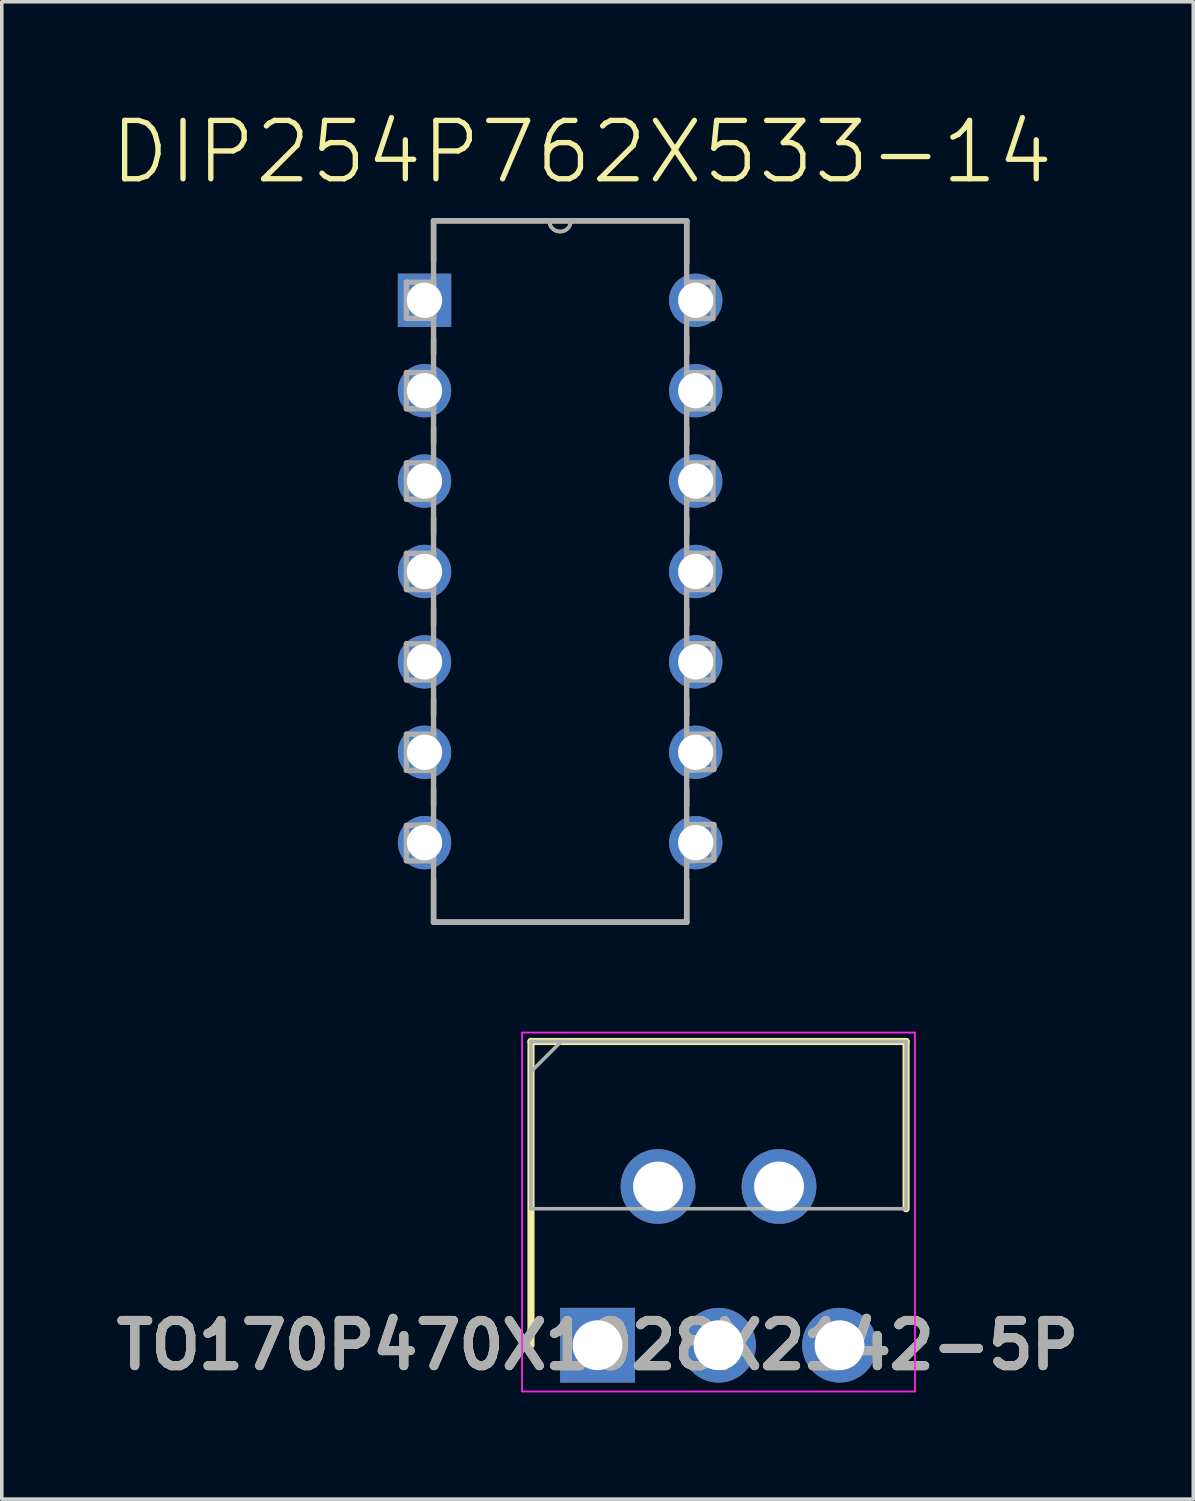
<source format=kicad_pcb>
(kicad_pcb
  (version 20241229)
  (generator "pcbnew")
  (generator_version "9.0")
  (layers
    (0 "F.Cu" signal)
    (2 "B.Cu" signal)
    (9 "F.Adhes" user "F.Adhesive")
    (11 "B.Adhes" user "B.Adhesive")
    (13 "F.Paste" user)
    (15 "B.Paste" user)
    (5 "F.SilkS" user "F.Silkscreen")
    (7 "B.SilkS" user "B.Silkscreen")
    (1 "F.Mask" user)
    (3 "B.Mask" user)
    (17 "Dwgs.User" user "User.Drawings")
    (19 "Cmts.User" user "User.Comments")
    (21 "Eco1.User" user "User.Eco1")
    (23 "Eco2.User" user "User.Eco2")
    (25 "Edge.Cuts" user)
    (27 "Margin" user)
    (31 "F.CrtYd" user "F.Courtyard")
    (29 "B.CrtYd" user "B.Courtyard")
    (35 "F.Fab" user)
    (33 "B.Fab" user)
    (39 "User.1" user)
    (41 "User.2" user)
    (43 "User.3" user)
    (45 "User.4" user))
  (footprint "TO170P470X1028X2142-5P"
    (layer "F.Cu")
    (at 13.74 34.75)
    (property "Reference" "TO170P470X1028X2142-5P" (at 0 0 0) (layer "F.SilkS") (effects (font (size 1.27 1.27) (thickness 0.254))))
    (attr through_hole)
    (fp_line (start -1.87 -8.535) (end -1.87 0) (stroke (width 0.2) (type solid)) (layer "F.SilkS"))
    (fp_line (start 8.67 -8.535) (end -1.87 -8.535) (stroke (width 0.2) (type solid)) (layer "F.SilkS"))
    (fp_line (start 8.67 -3.835) (end 8.67 -8.535) (stroke (width 0.2) (type solid)) (layer "F.SilkS"))
    (fp_line (start -2.12 -8.785) (end 8.92 -8.785) (stroke (width 0.05) (type solid)) (layer "F.CrtYd"))
    (fp_line (start -2.12 1.3) (end -2.12 -8.785) (stroke (width 0.05) (type solid)) (layer "F.CrtYd"))
    (fp_line (start 8.92 -8.785) (end 8.92 1.3) (stroke (width 0.05) (type solid)) (layer "F.CrtYd"))
    (fp_line (start 8.92 1.3) (end -2.12 1.3) (stroke (width 0.05) (type solid)) (layer "F.CrtYd"))
    (fp_line (start -1.87 -8.535) (end 8.67 -8.535) (stroke (width 0.1) (type solid)) (layer "F.Fab"))
    (fp_line (start -1.87 -7.685) (end -1.02 -8.535) (stroke (width 0.1) (type solid)) (layer "F.Fab"))
    (fp_line (start -1.87 -3.835) (end -1.87 -8.535) (stroke (width 0.1) (type solid)) (layer "F.Fab"))
    (fp_line (start 8.67 -8.535) (end 8.67 -3.835) (stroke (width 0.1) (type solid)) (layer "F.Fab"))
    (fp_line (start 8.67 -3.835) (end -1.87 -3.835) (stroke (width 0.1) (type solid)) (layer "F.Fab"))
    (fp_text user "${REFERENCE}" (at 0 0 0) (layer "F.Fab") (effects (font (size 1.27 1.27) (thickness 0.254))))
    (pad "1" thru_hole rect (at 0 0) (size 2.1 2.1) (drill 1.4) (layers "*.Cu" "*.Mask"))
    (pad "2" thru_hole circle (at 1.7 -4.46) (size 2.1 2.1) (drill 1.4) (layers "*.Cu" "*.Mask"))
    (pad "3" thru_hole circle (at 3.4 0) (size 2.1 2.1) (drill 1.4) (layers "*.Cu" "*.Mask"))
    (pad "4" thru_hole circle (at 5.1 -4.46) (size 2.1 2.1) (drill 1.4) (layers "*.Cu" "*.Mask"))
    (pad "5" thru_hole circle (at 6.8 0) (size 2.1 2.1) (drill 1.4) (layers "*.Cu" "*.Mask")))
  (footprint "DIP254P762X533-14"
    (layer "F.Cu")
    (at 16.499 20.628)
    (property "Reference" "DIP254P762X533-14" (at -3.2 -19.406 0) (layer "F.SilkS") (effects (font (size 1.64 1.64) (thickness 0.15))))
    (attr through_hole)
    (fp_line (start -7.366 -17.475) (end -7.366 -16.332) (stroke (width 0.152) (type solid)) (layer "F.SilkS"))
    (fp_line (start -7.366 -14.148) (end -7.366 -13.741) (stroke (width 0.152) (type solid)) (layer "F.SilkS"))
    (fp_line (start -7.366 -11.659) (end -7.366 -11.201) (stroke (width 0.152) (type solid)) (layer "F.SilkS"))
    (fp_line (start -7.366 -9.119) (end -7.366 -8.661) (stroke (width 0.152) (type solid)) (layer "F.SilkS"))
    (fp_line (start -7.366 -6.579) (end -7.366 -6.121) (stroke (width 0.152) (type solid)) (layer "F.SilkS"))
    (fp_line (start -7.366 -4.039) (end -7.366 -3.581) (stroke (width 0.152) (type solid)) (layer "F.SilkS"))
    (fp_line (start -7.366 -1.499) (end -7.366 -1.041) (stroke (width 0.152) (type solid)) (layer "F.SilkS"))
    (fp_line (start -7.366 1.041) (end -7.366 2.235) (stroke (width 0.152) (type solid)) (layer "F.SilkS"))
    (fp_line (start -7.366 2.235) (end -0.254 2.235) (stroke (width 0.152) (type solid)) (layer "F.SilkS"))
    (fp_line (start -4.115 -17.475) (end -7.366 -17.475) (stroke (width 0.152) (type solid)) (layer "F.SilkS"))
    (fp_line (start -3.505 -17.475) (end -4.115 -17.475) (stroke (width 0.152) (type solid)) (layer "F.SilkS"))
    (fp_line (start -0.254 -17.475) (end -3.505 -17.475) (stroke (width 0.152) (type solid)) (layer "F.SilkS"))
    (fp_line (start -0.254 -16.281) (end -0.254 -17.475) (stroke (width 0.152) (type solid)) (layer "F.SilkS"))
    (fp_line (start -0.254 -13.741) (end -0.254 -14.199) (stroke (width 0.152) (type solid)) (layer "F.SilkS"))
    (fp_line (start -0.254 -11.201) (end -0.254 -11.659) (stroke (width 0.152) (type solid)) (layer "F.SilkS"))
    (fp_line (start -0.254 -8.661) (end -0.254 -9.119) (stroke (width 0.152) (type solid)) (layer "F.SilkS"))
    (fp_line (start -0.254 -6.121) (end -0.254 -6.579) (stroke (width 0.152) (type solid)) (layer "F.SilkS"))
    (fp_line (start -0.254 -3.581) (end -0.254 -4.039) (stroke (width 0.152) (type solid)) (layer "F.SilkS"))
    (fp_line (start -0.254 -1.041) (end -0.254 -1.499) (stroke (width 0.152) (type solid)) (layer "F.SilkS"))
    (fp_line (start -0.254 2.235) (end -0.254 1.041) (stroke (width 0.152) (type solid)) (layer "F.SilkS"))
    (fp_arc (start -3.5052 -17.4752) (mid -3.81 -17.1704) (end -4.1148 -17.4752) (stroke (width 0.1) (type solid)) (layer "F.SilkS"))
    (fp_line (start -8.128 -15.748) (end -8.128 -14.732) (stroke (width 0.152) (type solid)) (layer "F.Fab"))
    (fp_line (start -8.128 -14.732) (end -7.366 -14.732) (stroke (width 0.152) (type solid)) (layer "F.Fab"))
    (fp_line (start -8.128 -13.208) (end -8.128 -12.192) (stroke (width 0.152) (type solid)) (layer "F.Fab"))
    (fp_line (start -8.128 -12.192) (end -7.366 -12.192) (stroke (width 0.152) (type solid)) (layer "F.Fab"))
    (fp_line (start -8.128 -10.668) (end -8.128 -9.652) (stroke (width 0.152) (type solid)) (layer "F.Fab"))
    (fp_line (start -8.128 -9.652) (end -7.366 -9.652) (stroke (width 0.152) (type solid)) (layer "F.Fab"))
    (fp_line (start -8.128 -8.128) (end -8.128 -7.112) (stroke (width 0.152) (type solid)) (layer "F.Fab"))
    (fp_line (start -8.128 -7.112) (end -7.366 -7.112) (stroke (width 0.152) (type solid)) (layer "F.Fab"))
    (fp_line (start -8.128 -5.588) (end -8.128 -4.572) (stroke (width 0.152) (type solid)) (layer "F.Fab"))
    (fp_line (start -8.128 -4.572) (end -7.366 -4.572) (stroke (width 0.152) (type solid)) (layer "F.Fab"))
    (fp_line (start -8.128 -3.048) (end -8.128 -2.032) (stroke (width 0.152) (type solid)) (layer "F.Fab"))
    (fp_line (start -8.128 -2.032) (end -7.366 -2.032) (stroke (width 0.152) (type solid)) (layer "F.Fab"))
    (fp_line (start -8.128 -0.483) (end -8.128 0.508) (stroke (width 0.152) (type solid)) (layer "F.Fab"))
    (fp_line (start -8.128 0.508) (end -7.366 0.508) (stroke (width 0.152) (type solid)) (layer "F.Fab"))
    (fp_line (start -7.366 -17.475) (end -7.366 2.235) (stroke (width 0.152) (type solid)) (layer "F.Fab"))
    (fp_line (start -7.366 -15.748) (end -8.128 -15.748) (stroke (width 0.152) (type solid)) (layer "F.Fab"))
    (fp_line (start -7.366 -14.732) (end -7.366 -15.748) (stroke (width 0.152) (type solid)) (layer "F.Fab"))
    (fp_line (start -7.366 -13.208) (end -8.128 -13.208) (stroke (width 0.152) (type solid)) (layer "F.Fab"))
    (fp_line (start -7.366 -12.192) (end -7.366 -13.208) (stroke (width 0.152) (type solid)) (layer "F.Fab"))
    (fp_line (start -7.366 -10.668) (end -8.128 -10.668) (stroke (width 0.152) (type solid)) (layer "F.Fab"))
    (fp_line (start -7.366 -9.652) (end -7.366 -10.668) (stroke (width 0.152) (type solid)) (layer "F.Fab"))
    (fp_line (start -7.366 -8.128) (end -8.128 -8.128) (stroke (width 0.152) (type solid)) (layer "F.Fab"))
    (fp_line (start -7.366 -7.112) (end -7.366 -8.128) (stroke (width 0.152) (type solid)) (layer "F.Fab"))
    (fp_line (start -7.366 -5.588) (end -8.128 -5.588) (stroke (width 0.152) (type solid)) (layer "F.Fab"))
    (fp_line (start -7.366 -4.572) (end -7.366 -5.588) (stroke (width 0.152) (type solid)) (layer "F.Fab"))
    (fp_line (start -7.366 -3.048) (end -8.128 -3.048) (stroke (width 0.152) (type solid)) (layer "F.Fab"))
    (fp_line (start -7.366 -2.032) (end -7.366 -3.048) (stroke (width 0.152) (type solid)) (layer "F.Fab"))
    (fp_line (start -7.366 -0.508) (end -8.128 -0.483) (stroke (width 0.152) (type solid)) (layer "F.Fab"))
    (fp_line (start -7.366 0.508) (end -7.366 -0.508) (stroke (width 0.152) (type solid)) (layer "F.Fab"))
    (fp_line (start -7.366 2.235) (end -0.254 2.235) (stroke (width 0.152) (type solid)) (layer "F.Fab"))
    (fp_line (start -4.115 -17.475) (end -7.366 -17.475) (stroke (width 0.152) (type solid)) (layer "F.Fab"))
    (fp_line (start -3.505 -17.475) (end -4.115 -17.475) (stroke (width 0.152) (type solid)) (layer "F.Fab"))
    (fp_line (start -0.254 -17.475) (end -3.505 -17.475) (stroke (width 0.152) (type solid)) (layer "F.Fab"))
    (fp_line (start -0.254 -15.748) (end -0.254 -14.732) (stroke (width 0.152) (type solid)) (layer "F.Fab"))
    (fp_line (start -0.254 -14.732) (end 0.483 -14.732) (stroke (width 0.152) (type solid)) (layer "F.Fab"))
    (fp_line (start -0.254 -13.208) (end -0.254 -12.192) (stroke (width 0.152) (type solid)) (layer "F.Fab"))
    (fp_line (start -0.254 -12.192) (end 0.483 -12.192) (stroke (width 0.152) (type solid)) (layer "F.Fab"))
    (fp_line (start -0.254 -10.668) (end -0.254 -9.652) (stroke (width 0.152) (type solid)) (layer "F.Fab"))
    (fp_line (start -0.254 -9.652) (end 0.483 -9.652) (stroke (width 0.152) (type solid)) (layer "F.Fab"))
    (fp_line (start -0.254 -8.128) (end -0.254 -7.112) (stroke (width 0.152) (type solid)) (layer "F.Fab"))
    (fp_line (start -0.254 -7.112) (end 0.483 -7.112) (stroke (width 0.152) (type solid)) (layer "F.Fab"))
    (fp_line (start -0.254 -5.588) (end -0.254 -4.572) (stroke (width 0.152) (type solid)) (layer "F.Fab"))
    (fp_line (start -0.254 -4.572) (end 0.483 -4.572) (stroke (width 0.152) (type solid)) (layer "F.Fab"))
    (fp_line (start -0.254 -3.048) (end -0.254 -2.032) (stroke (width 0.152) (type solid)) (layer "F.Fab"))
    (fp_line (start -0.254 -2.032) (end 0.508 -2.057) (stroke (width 0.152) (type solid)) (layer "F.Fab"))
    (fp_line (start -0.254 -0.508) (end -0.254 0.508) (stroke (width 0.152) (type solid)) (layer "F.Fab"))
    (fp_line (start -0.254 0.508) (end 0.508 0.483) (stroke (width 0.152) (type solid)) (layer "F.Fab"))
    (fp_line (start -0.254 2.235) (end -0.254 -17.475) (stroke (width 0.152) (type solid)) (layer "F.Fab"))
    (fp_line (start 0.483 -15.748) (end -0.254 -15.748) (stroke (width 0.152) (type solid)) (layer "F.Fab"))
    (fp_line (start 0.483 -14.732) (end 0.483 -15.748) (stroke (width 0.152) (type solid)) (layer "F.Fab"))
    (fp_line (start 0.483 -13.208) (end -0.254 -13.208) (stroke (width 0.152) (type solid)) (layer "F.Fab"))
    (fp_line (start 0.483 -12.192) (end 0.483 -13.208) (stroke (width 0.152) (type solid)) (layer "F.Fab"))
    (fp_line (start 0.483 -10.668) (end -0.254 -10.668) (stroke (width 0.152) (type solid)) (layer "F.Fab"))
    (fp_line (start 0.483 -9.652) (end 0.483 -10.668) (stroke (width 0.152) (type solid)) (layer "F.Fab"))
    (fp_line (start 0.483 -8.128) (end -0.254 -8.128) (stroke (width 0.152) (type solid)) (layer "F.Fab"))
    (fp_line (start 0.483 -7.112) (end 0.483 -8.128) (stroke (width 0.152) (type solid)) (layer "F.Fab"))
    (fp_line (start 0.483 -5.588) (end -0.254 -5.588) (stroke (width 0.152) (type solid)) (layer "F.Fab"))
    (fp_line (start 0.483 -4.572) (end 0.483 -5.588) (stroke (width 0.152) (type solid)) (layer "F.Fab"))
    (fp_line (start 0.483 -3.048) (end -0.254 -3.048) (stroke (width 0.152) (type solid)) (layer "F.Fab"))
    (fp_line (start 0.508 -2.057) (end 0.483 -3.048) (stroke (width 0.152) (type solid)) (layer "F.Fab"))
    (fp_line (start 0.508 -0.508) (end -0.254 -0.508) (stroke (width 0.152) (type solid)) (layer "F.Fab"))
    (fp_line (start 0.508 0.483) (end 0.508 -0.508) (stroke (width 0.152) (type solid)) (layer "F.Fab"))
    (fp_arc (start -3.5052 -17.4752) (mid -3.81 -17.1704) (end -4.1148 -17.4752) (stroke (width 0.1) (type solid)) (layer "F.Fab"))
    (pad "1" thru_hole rect (at -7.62 -15.24) (size 1.499 1.499) (drill 0.991) (layers "*.Cu" "*.Mask"))
    (pad "2" thru_hole circle (at -7.62 -12.7) (size 1.499 1.499) (drill 0.991) (layers "*.Cu" "*.Mask"))
    (pad "3" thru_hole circle (at -7.62 -10.16) (size 1.499 1.499) (drill 0.991) (layers "*.Cu" "*.Mask"))
    (pad "4" thru_hole circle (at -7.62 -7.62) (size 1.499 1.499) (drill 0.991) (layers "*.Cu" "*.Mask"))
    (pad "5" thru_hole circle (at -7.62 -5.08) (size 1.499 1.499) (drill 0.991) (layers "*.Cu" "*.Mask"))
    (pad "6" thru_hole circle (at -7.62 -2.54) (size 1.499 1.499) (drill 0.991) (layers "*.Cu" "*.Mask"))
    (pad "7" thru_hole circle (at -7.62 0) (size 1.499 1.499) (drill 0.991) (layers "*.Cu" "*.Mask"))
    (pad "8" thru_hole circle (at 0 0) (size 1.499 1.499) (drill 0.991) (layers "*.Cu" "*.Mask"))
    (pad "9" thru_hole circle (at 0 -2.54) (size 1.499 1.499) (drill 0.991) (layers "*.Cu" "*.Mask"))
    (pad "10" thru_hole circle (at 0 -5.08) (size 1.499 1.499) (drill 0.991) (layers "*.Cu" "*.Mask"))
    (pad "11" thru_hole circle (at 0 -7.62) (size 1.499 1.499) (drill 0.991) (layers "*.Cu" "*.Mask"))
    (pad "12" thru_hole circle (at 0 -10.16) (size 1.499 1.499) (drill 0.991) (layers "*.Cu" "*.Mask"))
    (pad "13" thru_hole circle (at 0 -12.7) (size 1.499 1.499) (drill 0.991) (layers "*.Cu" "*.Mask"))
    (pad "14" thru_hole circle (at 0 -15.24) (size 1.499 1.499) (drill 0.991) (layers "*.Cu" "*.Mask")))
  (gr_rect
    (start -3 -3)
    (end 30.48 39.075)
    (stroke (width 0.1) (type default))
    (fill no)
    (layer "Edge.Cuts")))
</source>
